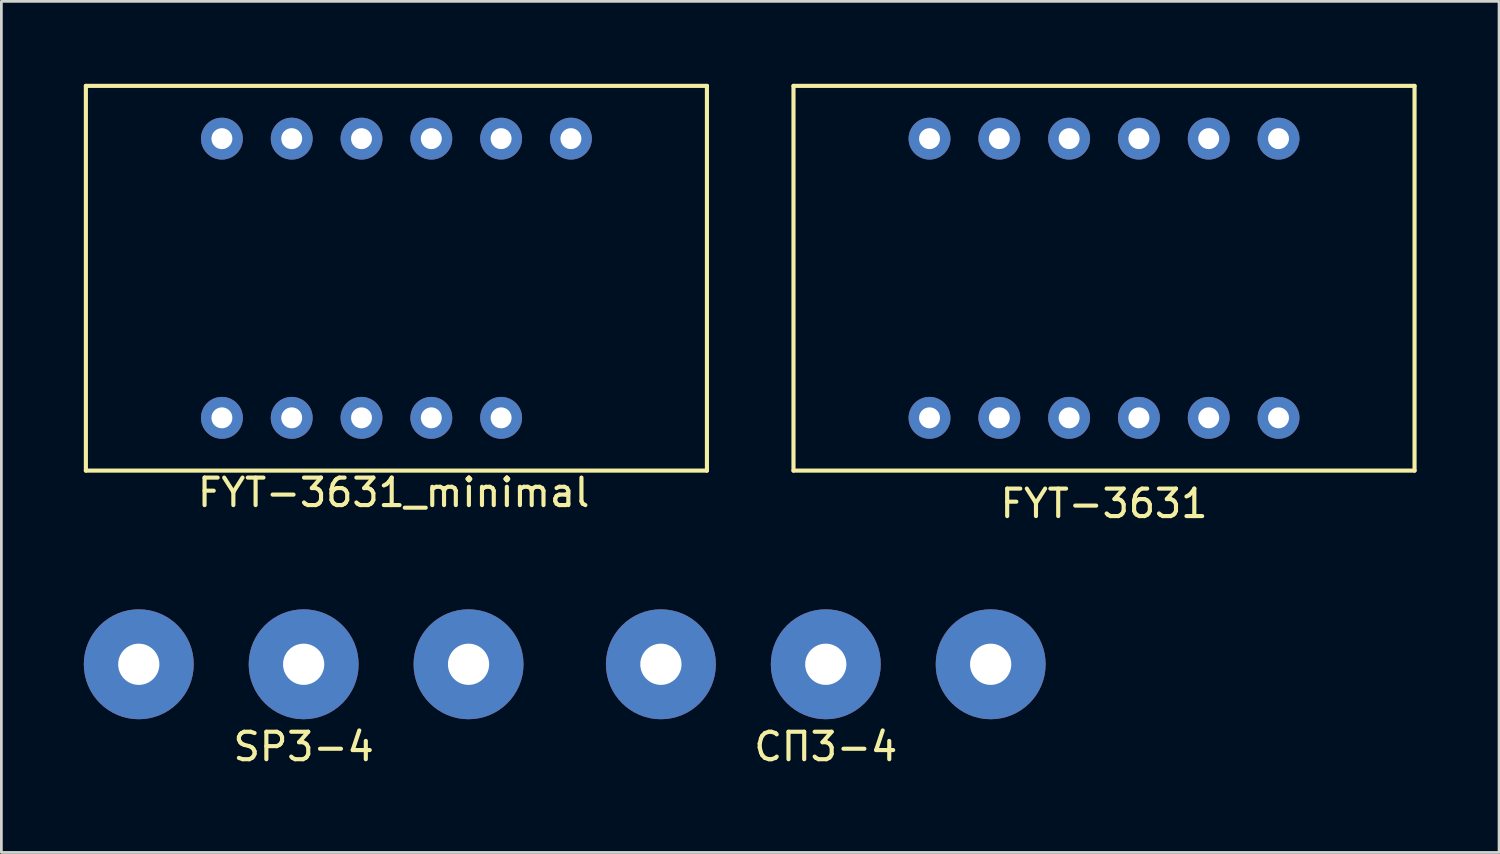
<source format=kicad_pcb>
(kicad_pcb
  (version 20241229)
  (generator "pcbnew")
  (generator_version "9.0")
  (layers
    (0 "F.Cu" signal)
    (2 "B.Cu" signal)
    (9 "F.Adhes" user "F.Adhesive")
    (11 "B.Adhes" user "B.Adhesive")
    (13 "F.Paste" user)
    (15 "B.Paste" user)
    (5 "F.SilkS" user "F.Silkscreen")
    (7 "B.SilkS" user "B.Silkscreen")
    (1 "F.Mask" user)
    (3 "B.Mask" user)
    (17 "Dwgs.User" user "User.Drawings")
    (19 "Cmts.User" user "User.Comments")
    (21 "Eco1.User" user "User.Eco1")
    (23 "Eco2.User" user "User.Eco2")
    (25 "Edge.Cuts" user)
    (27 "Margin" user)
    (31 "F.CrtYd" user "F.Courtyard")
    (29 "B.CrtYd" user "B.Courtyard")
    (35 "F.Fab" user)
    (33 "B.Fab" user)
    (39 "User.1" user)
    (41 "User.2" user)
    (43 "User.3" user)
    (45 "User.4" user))
  (footprint "FYT-3631"
    (layer "F.Cu")
    (at 37.125 7.075)
    (property "Reference" "FYT-3631" (at 0 8.2 0) (layer "F.SilkS") (effects (font (size 1 1) (thickness 0.15))))
    (attr through_hole)
    (fp_line (start -11.3 -7) (end -11.3 7) (stroke (width 0.15) (type solid)) (layer "F.SilkS"))
    (fp_line (start -11.3 7) (end 11.3 7) (stroke (width 0.15) (type solid)) (layer "F.SilkS"))
    (fp_line (start 11.3 -7) (end -11.3 -7) (stroke (width 0.15) (type solid)) (layer "F.SilkS"))
    (fp_line (start 11.3 7) (end 11.3 -7) (stroke (width 0.15) (type solid)) (layer "F.SilkS"))
    (pad "1" thru_hole circle (at -6.35 5.08) (size 1.524 1.524) (drill 0.762) (layers "*.Cu" "*.Mask"))
    (pad "2" thru_hole circle (at -3.81 5.08) (size 1.524 1.524) (drill 0.762) (layers "*.Cu" "*.Mask"))
    (pad "3" thru_hole circle (at -1.27 5.08) (size 1.524 1.524) (drill 0.762) (layers "*.Cu" "*.Mask"))
    (pad "4" thru_hole circle (at 1.27 5.08) (size 1.524 1.524) (drill 0.762) (layers "*.Cu" "*.Mask"))
    (pad "5" thru_hole circle (at 3.81 5.08) (size 1.524 1.524) (drill 0.762) (layers "*.Cu" "*.Mask"))
    (pad "6" thru_hole circle (at 6.35 5.08) (size 1.524 1.524) (drill 0.762) (layers "*.Cu" "*.Mask"))
    (pad "7" thru_hole circle (at 6.35 -5.08) (size 1.524 1.524) (drill 0.762) (layers "*.Cu" "*.Mask"))
    (pad "8" thru_hole circle (at 3.81 -5.08) (size 1.524 1.524) (drill 0.762) (layers "*.Cu" "*.Mask"))
    (pad "9" thru_hole circle (at 1.27 -5.08) (size 1.524 1.524) (drill 0.762) (layers "*.Cu" "*.Mask"))
    (pad "10" thru_hole circle (at -1.27 -5.08) (size 1.524 1.524) (drill 0.762) (layers "*.Cu" "*.Mask"))
    (pad "11" thru_hole circle (at -3.81 -5.08) (size 1.524 1.524) (drill 0.762) (layers "*.Cu" "*.Mask"))
    (pad "12" thru_hole circle (at -6.35 -5.08) (size 1.524 1.524) (drill 0.762) (layers "*.Cu" "*.Mask")))
  (footprint "SP3-4"
    (layer "F.Cu")
    (at 8 21.123)
    (property "Reference" "SP3-4" (at 0 3 0) (layer "F.SilkS") (effects (font (size 1 1) (thickness 0.15))))
    (attr through_hole)
    (pad "1" thru_hole circle (at 6 0) (size 4 4) (drill 1.5) (layers "*.Cu" "*.Mask"))
    (pad "2" thru_hole circle (at 0 0) (size 4 4) (drill 1.5) (layers "*.Cu" "*.Mask"))
    (pad "3" thru_hole circle (at -6 0) (size 4 4) (drill 1.5) (layers "*.Cu" "*.Mask")))
  (footprint "СП3-4"
    (layer "F.Cu")
    (at 27 21.123)
    (property "Reference" "СП3-4" (at 0 3 0) (layer "F.SilkS") (effects (font (size 1 1) (thickness 0.15))))
    (attr through_hole)
    (pad "1" thru_hole circle (at 6 0) (size 4 4) (drill 1.5) (layers "*.Cu" "*.Mask"))
    (pad "2" thru_hole circle (at 0 0) (size 4 4) (drill 1.5) (layers "*.Cu" "*.Mask"))
    (pad "3" thru_hole circle (at -6 0) (size 4 4) (drill 1.5) (layers "*.Cu" "*.Mask")))
  (footprint "FYT-3631_minimal"
    (layer "F.Cu")
    (at 11.375 7.075)
    (property "Reference" "FYT-3631_minimal" (at -0.1 7.8 0) (layer "F.SilkS") (effects (font (size 1 1) (thickness 0.15))))
    (attr through_hole)
    (fp_line (start -11.3 -7) (end -11.3 7) (stroke (width 0.15) (type solid)) (layer "F.SilkS"))
    (fp_line (start -11.3 7) (end 11.3 7) (stroke (width 0.15) (type solid)) (layer "F.SilkS"))
    (fp_line (start 11.3 -7) (end -11.3 -7) (stroke (width 0.15) (type solid)) (layer "F.SilkS"))
    (fp_line (start 11.3 7) (end 11.3 -7) (stroke (width 0.15) (type solid)) (layer "F.SilkS"))
    (pad "1" thru_hole circle (at -6.35 5.08) (size 1.524 1.524) (drill 0.762) (layers "*.Cu" "*.Mask"))
    (pad "2" thru_hole circle (at -3.81 5.08) (size 1.524 1.524) (drill 0.762) (layers "*.Cu" "*.Mask"))
    (pad "3" thru_hole circle (at -1.27 5.08) (size 1.524 1.524) (drill 0.762) (layers "*.Cu" "*.Mask"))
    (pad "4" thru_hole circle (at 1.27 5.08) (size 1.524 1.524) (drill 0.762) (layers "*.Cu" "*.Mask"))
    (pad "5" thru_hole circle (at 3.81 5.08) (size 1.524 1.524) (drill 0.762) (layers "*.Cu" "*.Mask"))
    (pad "7" thru_hole circle (at 6.35 -5.08) (size 1.524 1.524) (drill 0.762) (layers "*.Cu" "*.Mask"))
    (pad "8" thru_hole circle (at 3.81 -5.08) (size 1.524 1.524) (drill 0.762) (layers "*.Cu" "*.Mask"))
    (pad "9" thru_hole circle (at 1.27 -5.08) (size 1.524 1.524) (drill 0.762) (layers "*.Cu" "*.Mask"))
    (pad "10" thru_hole circle (at -1.27 -5.08) (size 1.524 1.524) (drill 0.762) (layers "*.Cu" "*.Mask"))
    (pad "11" thru_hole circle (at -3.81 -5.08) (size 1.524 1.524) (drill 0.762) (layers "*.Cu" "*.Mask"))
    (pad "12" thru_hole circle (at -6.35 -5.08) (size 1.524 1.524) (drill 0.762) (layers "*.Cu" "*.Mask")))
  (gr_rect
    (start -3 -3)
    (end 51.5 27.971)
    (stroke (width 0.1) (type default))
    (fill no)
    (layer "Edge.Cuts")))
</source>
